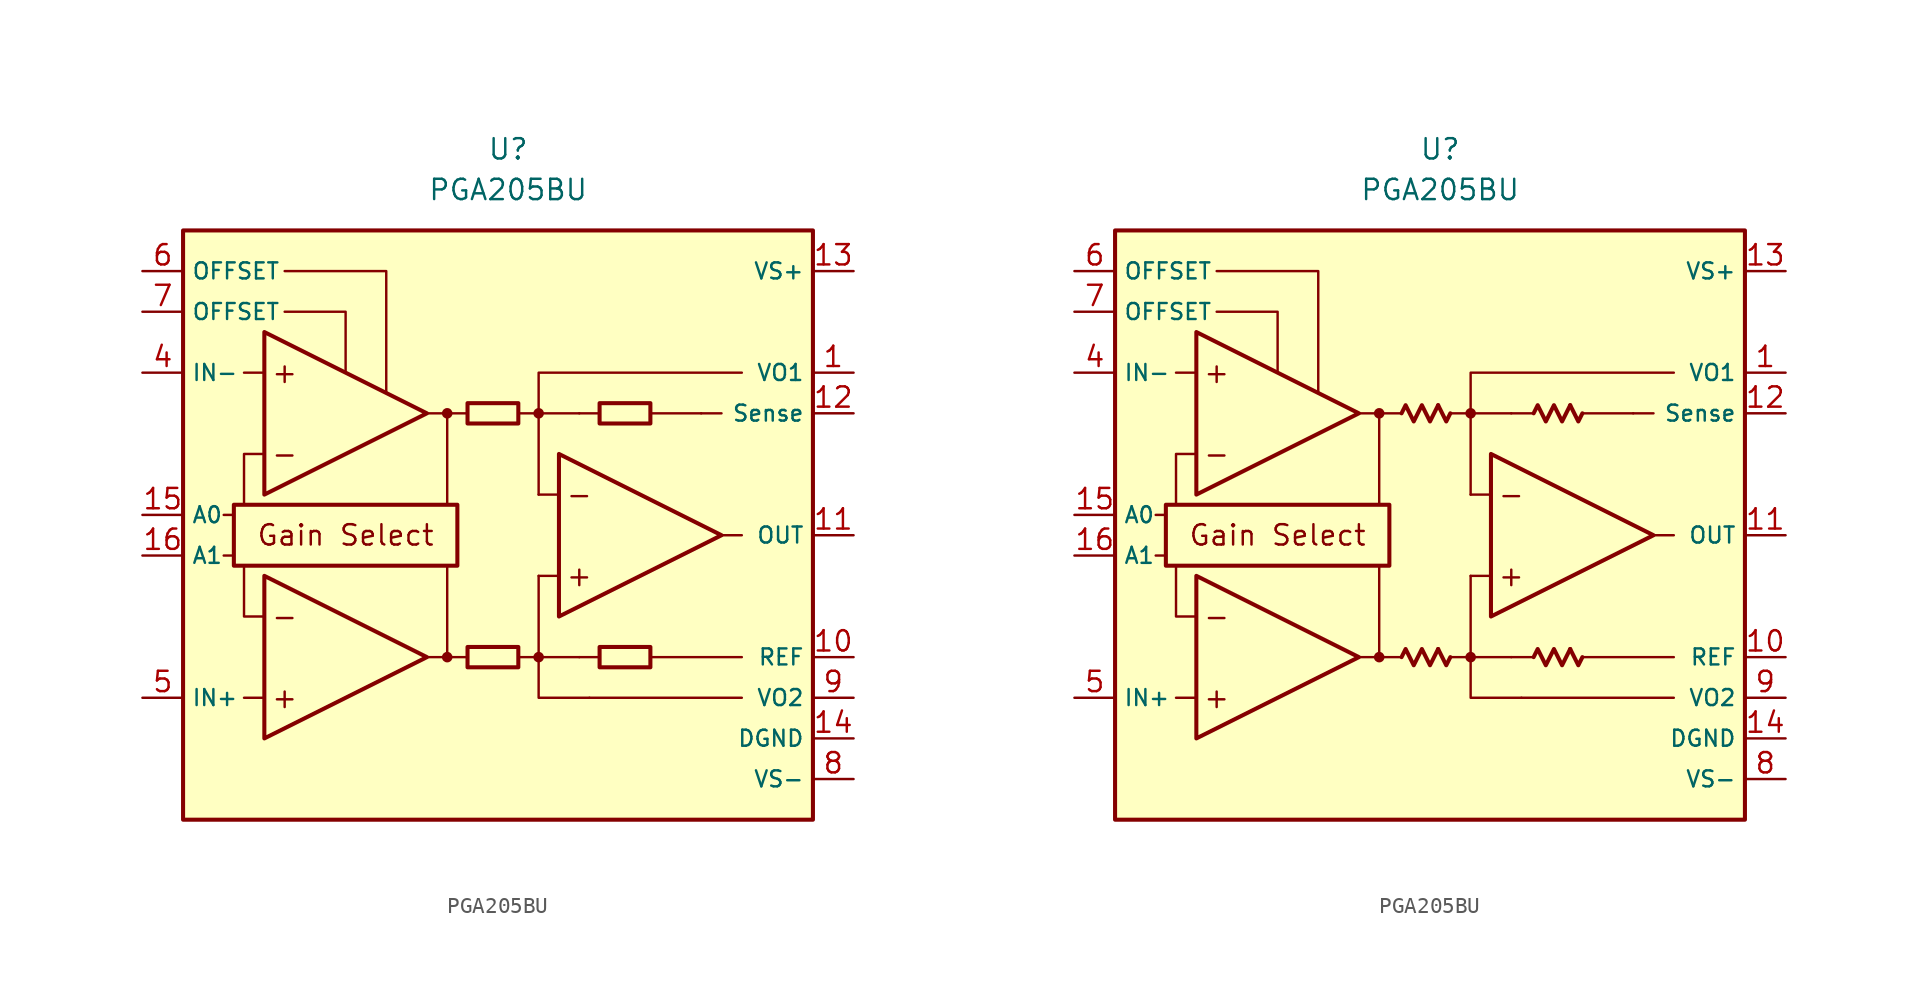
<source format=kicad_sym>
(kicad_symbol_lib
  (version 20231120)
  (generator "kicad_symbol_editor")
  (generator_version "8.0")
  (symbol "PGA205BU"
    (property "Reference" "U"
      (at 0 25.4 0)
      (effects (font (size 1.27 1.27))))
    (property "Value" "PGA205BU"
      (at 0 22.86 0)
      (effects (font (size 1.27 1.27))))
    (symbol "PGA205BU_0_0"
      (rectangle (start -20.32 20.32) (end 19.05 -16.51) (stroke (width 0.254) (type default)) (fill (type background)))
      (rectangle (start -17.145 3.175) (end -3.175 -0.635) (stroke (width 0.254) (type default)) (fill (type none)))
      (circle (center -3.81 -6.35) (radius 0.254) (stroke (width 0.152) (type default)) (fill (type outline)))
      (circle (center -3.81 8.89) (radius 0.254) (stroke (width 0.152) (type default)) (fill (type outline)))
      (polyline (pts (xy -1.27 -6.35)) (stroke (width 0.152) (type default)) (fill (type none)))
      (polyline (pts (xy -1.27 8.89)) (stroke (width 0.152) (type default)) (fill (type none)))
      (polyline (pts (xy 5.715 8.89)) (stroke (width 0.152) (type default)) (fill (type none)))
      (polyline (pts (xy -17.145 0) (xy -17.78 0)) (stroke (width 0.152) (type default)) (fill (type none)))
      (polyline (pts (xy -17.145 2.54) (xy -17.78 2.54)) (stroke (width 0.152) (type default)) (fill (type none)))
      (polyline (pts (xy -15.24 -8.89) (xy -16.51 -8.89)) (stroke (width 0.152) (type default)) (fill (type none)))
      (polyline (pts (xy -15.24 11.43) (xy -16.51 11.43)) (stroke (width 0.152) (type default)) (fill (type none)))
      (polyline (pts (xy -5.08 -6.35) (xy -2.54 -6.35)) (stroke (width 0.152) (type default)) (fill (type none)))
      (polyline (pts (xy -5.08 8.89) (xy -2.54 8.89)) (stroke (width 0.152) (type default)) (fill (type none)))
      (polyline (pts (xy -3.81 -6.35) (xy -3.81 -0.635)) (stroke (width 0.152) (type default)) (fill (type none)))
      (polyline (pts (xy -3.81 3.175) (xy -3.81 8.89)) (stroke (width 0.152) (type default)) (fill (type none)))
      (polyline (pts (xy 0.635 -6.35) (xy 1.905 -6.35)) (stroke (width 0.152) (type default)) (fill (type none)))
      (polyline (pts (xy 0.635 8.89) (xy 1.905 8.89)) (stroke (width 0.152) (type default)) (fill (type none)))
      (polyline (pts (xy 3.175 -1.27) (xy 1.905 -1.27)) (stroke (width 0.152) (type default)) (fill (type none)))
      (polyline (pts (xy 3.175 3.81) (xy 1.905 3.81)) (stroke (width 0.152) (type default)) (fill (type none)))
      (polyline (pts (xy 4.445 -6.35) (xy 1.905 -6.35)) (stroke (width 0.152) (type default)) (fill (type none)))
      (polyline (pts (xy 4.445 -6.35) (xy 5.715 -6.35)) (stroke (width 0.152) (type default)) (fill (type none)))
      (polyline (pts (xy 4.445 8.89) (xy 1.905 8.89)) (stroke (width 0.152) (type default)) (fill (type none)))
      (polyline (pts (xy 4.445 8.89) (xy 5.715 8.89)) (stroke (width 0.152) (type default)) (fill (type none)))
      (polyline (pts (xy 8.89 -6.35) (xy 14.605 -6.35)) (stroke (width 0.152) (type default)) (fill (type none)))
      (polyline (pts (xy 8.89 8.89) (xy 12.065 8.89)) (stroke (width 0.152) (type default)) (fill (type none)))
      (polyline (pts (xy 12.065 8.89) (xy 13.335 8.89)) (stroke (width 0.152) (type default)) (fill (type none)))
      (polyline (pts (xy 13.335 1.27) (xy 14.605 1.27)) (stroke (width 0.152) (type default)) (fill (type none)))
      (polyline (pts (xy 14.605 -8.89) (xy 5.08 -8.89)) (stroke (width 0.152) (type default)) (fill (type none)))
      (polyline (pts (xy -16.51 -0.635) (xy -16.51 -3.81) (xy -15.24 -3.81)) (stroke (width 0.152) (type default)) (fill (type none)))
      (polyline (pts (xy -15.24 6.35) (xy -16.51 6.35) (xy -16.51 3.175)) (stroke (width 0.152) (type default)) (fill (type none)))
      (polyline (pts (xy -13.97 15.24) (xy -10.16 15.24) (xy -10.16 11.43)) (stroke (width 0.152) (type default)) (fill (type none)))
      (polyline (pts (xy -7.62 10.16) (xy -7.62 17.78) (xy -13.97 17.78)) (stroke (width 0.152) (type default)) (fill (type none)))
      (polyline (pts (xy 1.905 -1.27) (xy 1.905 -8.89) (xy 5.08 -8.89)) (stroke (width 0.152) (type default)) (fill (type none)))
      (polyline (pts (xy 14.605 11.43) (xy 1.905 11.43) (xy 1.905 3.81)) (stroke (width 0.152) (type default)) (fill (type none)))
      (circle (center 1.905 -6.35) (radius 0.254) (stroke (width 0.152) (type default)) (fill (type outline)))
      (circle (center 1.905 8.89) (radius 0.254) (stroke (width 0.152) (type default)) (fill (type outline)))
      (text "+" (at -13.97 -8.89 0) (effects (font (size 1.27 1.27))))
      (text "+" (at -13.97 11.43 0) (effects (font (size 1.27 1.27))))
      (text "+" (at 4.445 -1.27 0) (effects (font (size 1.27 1.27))))
      (text "-" (at -13.97 -3.81 0) (effects (font (size 1.27 1.27))))
      (text "-" (at -13.97 6.35 0) (effects (font (size 1.27 1.27))))
      (text "-" (at 4.445 3.81 0) (effects (font (size 1.27 1.27))))
      (text "Gain Select" (at -10.16 1.27 0) (effects (font (size 1.27 1.27)))))
    (symbol "PGA205BU_0_1"
      (rectangle (start -2.54 -5.715) (end 0.635 -6.985) (stroke (width 0.254) (type default)) (fill (type none)))
      (rectangle (start -2.54 9.525) (end 0.635 8.255) (stroke (width 0.254) (type default)) (fill (type none)))
      (rectangle (start 5.715 -5.715) (end 8.89 -6.985) (stroke (width 0.254) (type default)) (fill (type none)))
      (rectangle (start 5.715 9.525) (end 8.89 8.255) (stroke (width 0.254) (type default)) (fill (type none))))
    (symbol "PGA205BU_0_2"
      (polyline (pts (xy -0.127 -5.842) (xy 0.381 -6.858) (xy 0.635 -6.35)) (stroke (width 0.254) (type default)) (fill (type none)))
      (polyline (pts (xy -0.127 9.398) (xy 0.381 8.382) (xy 0.635 8.89)) (stroke (width 0.254) (type default)) (fill (type none)))
      (polyline (pts (xy 8.128 -5.842) (xy 8.636 -6.858) (xy 8.89 -6.35)) (stroke (width 0.254) (type default)) (fill (type none)))
      (polyline (pts (xy 8.128 9.398) (xy 8.636 8.382) (xy 8.89 8.89)) (stroke (width 0.254) (type default)) (fill (type none)))
      (polyline (pts (xy -2.413 -6.35) (xy -2.159 -5.842) (xy -1.651 -6.858) (xy -1.143 -5.842) (xy -0.635 -6.858) (xy -0.127 -5.842)) (stroke (width 0.254) (type default)) (fill (type none)))
      (polyline (pts (xy -2.413 8.89) (xy -2.159 9.398) (xy -1.651 8.382) (xy -1.143 9.398) (xy -0.635 8.382) (xy -0.127 9.398)) (stroke (width 0.254) (type default)) (fill (type none)))
      (polyline (pts (xy 5.842 -6.35) (xy 6.096 -5.842) (xy 6.604 -6.858) (xy 7.112 -5.842) (xy 7.62 -6.858) (xy 8.128 -5.842)) (stroke (width 0.254) (type default)) (fill (type none)))
      (polyline (pts (xy 5.842 8.89) (xy 6.096 9.398) (xy 6.604 8.382) (xy 7.112 9.398) (xy 7.62 8.382) (xy 8.128 9.398)) (stroke (width 0.254) (type default)) (fill (type none))))
    (symbol "PGA205BU_1_0"
      (polyline (pts (xy -15.24 -1.27) (xy -15.24 -11.43) (xy -5.08 -6.35) (xy -15.24 -1.27)) (stroke (width 0.254) (type default)) (fill (type background)))
      (polyline (pts (xy -15.24 13.97) (xy -15.24 3.81) (xy -5.08 8.89) (xy -15.24 13.97)) (stroke (width 0.254) (type default)) (fill (type background)))
      (polyline (pts (xy 3.175 6.35) (xy 3.175 -3.81) (xy 13.335 1.27) (xy 3.175 6.35)) (stroke (width 0.254) (type default)) (fill (type background))))
    (symbol "PGA205BU_1_1"
      (pin passive line (at 21.59 11.43 180) (length 2.54) (name "VO1" (effects (font (size 1 1)))) (number "1" (effects (font (size 1.27 1.27)))))
      (pin passive line (at 21.59 -6.35 180) (length 2.54) (name "REF" (effects (font (size 1 1)))) (number "10" (effects (font (size 1.27 1.27)))))
      (pin output line (at 21.59 1.27 180) (length 2.54) (name "OUT" (effects (font (size 1 1)))) (number "11" (effects (font (size 1.27 1.27)))))
      (pin passive line (at 21.59 8.89 180) (length 2.54) (name "Sense" (effects (font (size 1 1)))) (number "12" (effects (font (size 1.27 1.27)))))
      (pin power_in line (at 21.59 17.78 180) (length 2.54) (name "VS+" (effects (font (size 1 1)))) (number "13" (effects (font (size 1.27 1.27)))))
      (pin power_in line (at 21.59 -11.43 180) (length 2.54) (name "DGND" (effects (font (size 1 1)))) (number "14" (effects (font (size 1.27 1.27)))))
      (pin input line (at -22.86 2.54 0) (length 2.54) (name "A0" (effects (font (size 1 1)))) (number "15" (effects (font (size 1.27 1.27)))))
      (pin input line (at -22.86 0 0) (length 2.54) (name "A1" (effects (font (size 1 1)))) (number "16" (effects (font (size 1.27 1.27)))))
      (pin free line (at -1.27 -10.16 0) (length 2.54) hide (name "NC" (effects (font (size 1.27 1.27)))) (number "2" (effects (font (size 1.27 1.27)))))
      (pin free line (at -1.27 -12.7 0) (length 2.54) hide (name "NC" (effects (font (size 1.27 1.27)))) (number "3" (effects (font (size 1.27 1.27)))))
      (pin input line (at -22.86 11.43 0) (length 2.54) (name "IN-" (effects (font (size 1 1)))) (number "4" (effects (font (size 1.27 1.27)))))
      (pin input line (at -22.86 -8.89 0) (length 2.54) (name "IN+" (effects (font (size 1 1)))) (number "5" (effects (font (size 1.27 1.27)))))
      (pin passive line (at -22.86 17.78 0) (length 2.54) (name "OFFSET" (effects (font (size 1 1)))) (number "6" (effects (font (size 1.27 1.27)))))
      (pin passive line (at -22.86 15.24 0) (length 2.54) (name "OFFSET" (effects (font (size 1 1)))) (number "7" (effects (font (size 1.27 1.27)))))
      (pin power_in line (at 21.59 -13.97 180) (length 2.54) (name "VS-" (effects (font (size 1 1)))) (number "8" (effects (font (size 1.27 1.27)))))
      (pin passive line (at 21.59 -8.89 180) (length 2.54) (name "VO2" (effects (font (size 1 1)))) (number "9" (effects (font (size 1.27 1.27))))))
    (symbol "PGA205BU_1_2"
      (pin passive line (at 21.59 11.43 180) (length 2.54) (name "VO1" (effects (font (size 1 1)))) (number "1" (effects (font (size 1.27 1.27)))))
      (pin passive line (at 21.59 -6.35 180) (length 2.54) (name "REF" (effects (font (size 1 1)))) (number "10" (effects (font (size 1.27 1.27)))))
      (pin output line (at 21.59 1.27 180) (length 2.54) (name "OUT" (effects (font (size 1 1)))) (number "11" (effects (font (size 1.27 1.27)))))
      (pin passive line (at 21.59 8.89 180) (length 2.54) (name "Sense" (effects (font (size 1 1)))) (number "12" (effects (font (size 1.27 1.27)))))
      (pin power_in line (at 21.59 17.78 180) (length 2.54) (name "VS+" (effects (font (size 1 1)))) (number "13" (effects (font (size 1.27 1.27)))))
      (pin power_in line (at 21.59 -11.43 180) (length 2.54) (name "DGND" (effects (font (size 1 1)))) (number "14" (effects (font (size 1.27 1.27)))))
      (pin input line (at -22.86 2.54 0) (length 2.54) (name "A0" (effects (font (size 1 1)))) (number "15" (effects (font (size 1.27 1.27)))))
      (pin input line (at -22.86 0 0) (length 2.54) (name "A1" (effects (font (size 1 1)))) (number "16" (effects (font (size 1.27 1.27)))))
      (pin free line (at -1.27 -10.16 0) (length 2.54) hide (name "NC" (effects (font (size 1.27 1.27)))) (number "2" (effects (font (size 1.27 1.27)))))
      (pin free line (at -1.27 -12.7 0) (length 2.54) hide (name "NC" (effects (font (size 1.27 1.27)))) (number "3" (effects (font (size 1.27 1.27)))))
      (pin input line (at -22.86 11.43 0) (length 2.54) (name "IN-" (effects (font (size 1 1)))) (number "4" (effects (font (size 1.27 1.27)))))
      (pin input line (at -22.86 -8.89 0) (length 2.54) (name "IN+" (effects (font (size 1 1)))) (number "5" (effects (font (size 1.27 1.27)))))
      (pin passive line (at -22.86 17.78 0) (length 2.54) (name "OFFSET" (effects (font (size 1 1)))) (number "6" (effects (font (size 1.27 1.27)))))
      (pin passive line (at -22.86 15.24 0) (length 2.54) (name "OFFSET" (effects (font (size 1 1)))) (number "7" (effects (font (size 1.27 1.27)))))
      (pin power_in line (at 21.59 -13.97 180) (length 2.54) (name "VS-" (effects (font (size 1 1)))) (number "8" (effects (font (size 1.27 1.27)))))
      (pin passive line (at 21.59 -8.89 180) (length 2.54) (name "VO2" (effects (font (size 1 1)))) (number "9" (effects (font (size 1.27 1.27))))))))
</source>
